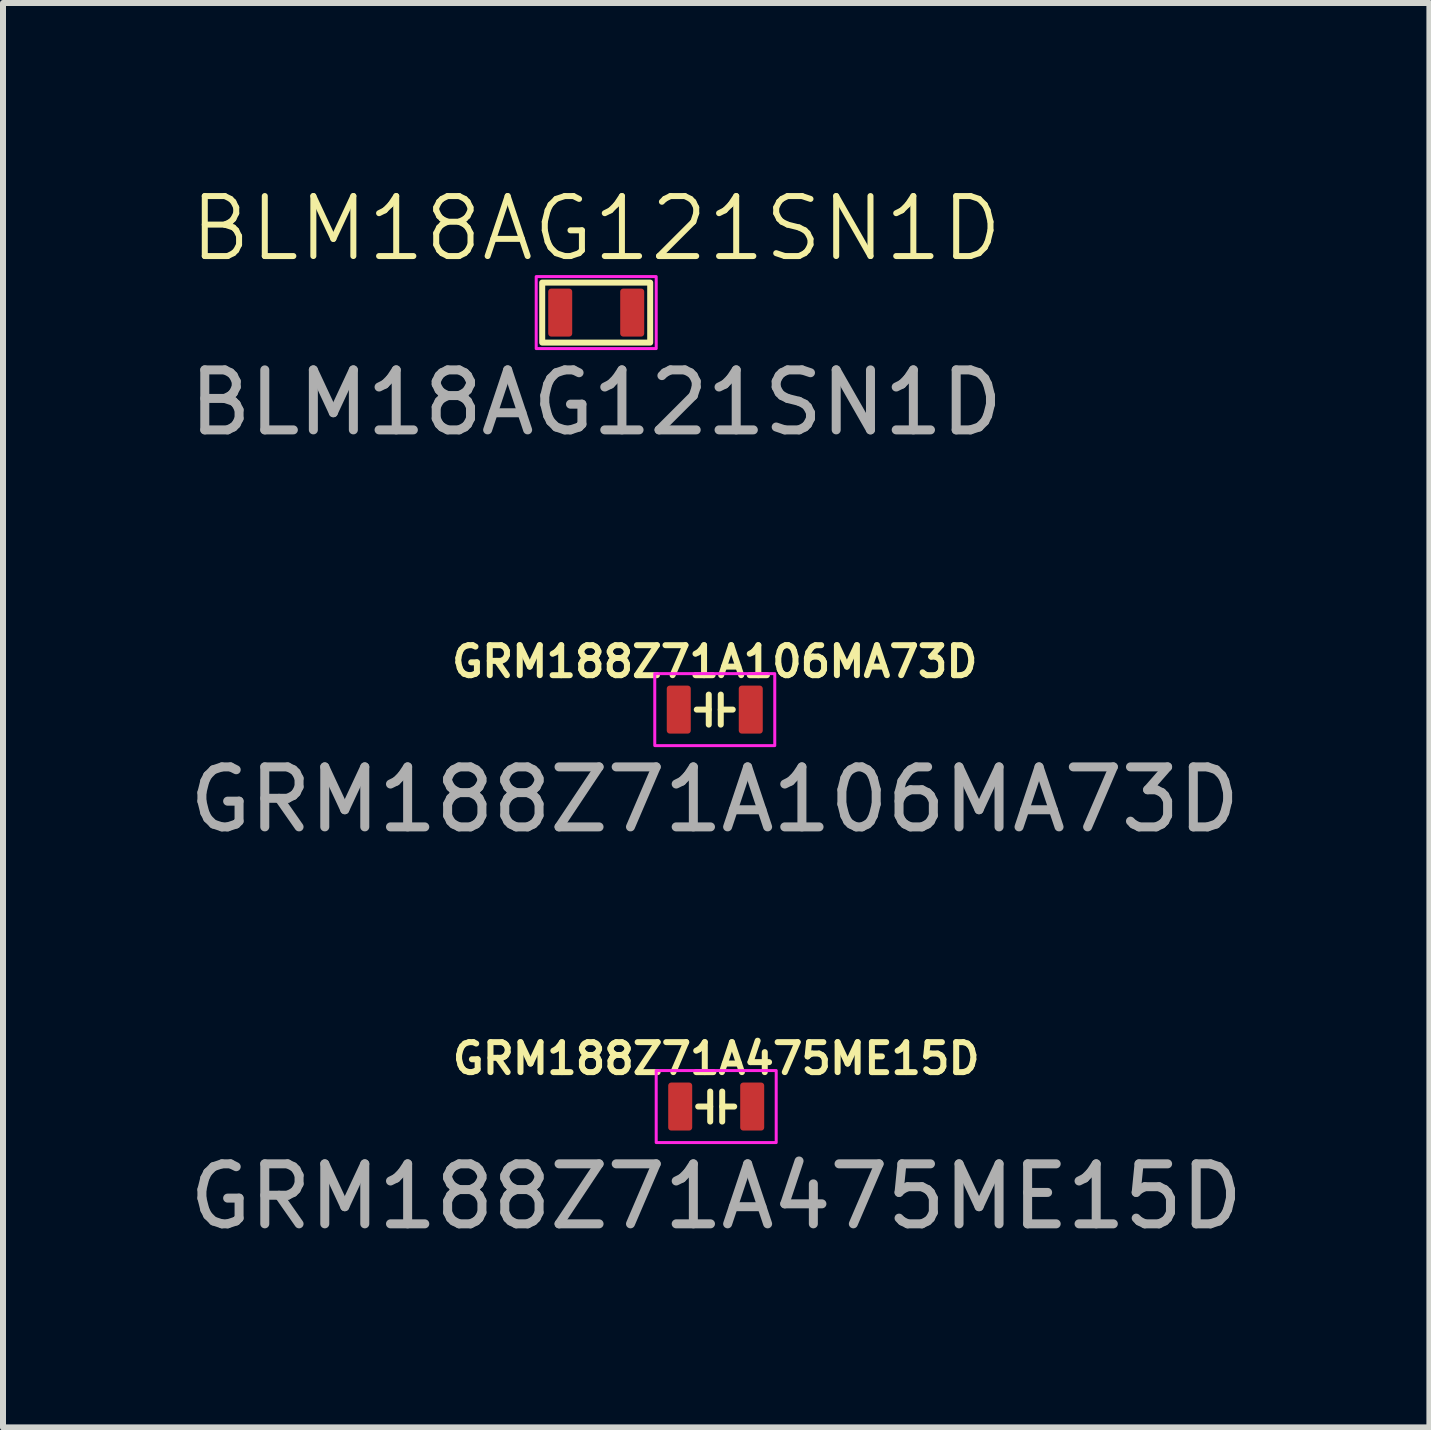
<source format=kicad_pcb>
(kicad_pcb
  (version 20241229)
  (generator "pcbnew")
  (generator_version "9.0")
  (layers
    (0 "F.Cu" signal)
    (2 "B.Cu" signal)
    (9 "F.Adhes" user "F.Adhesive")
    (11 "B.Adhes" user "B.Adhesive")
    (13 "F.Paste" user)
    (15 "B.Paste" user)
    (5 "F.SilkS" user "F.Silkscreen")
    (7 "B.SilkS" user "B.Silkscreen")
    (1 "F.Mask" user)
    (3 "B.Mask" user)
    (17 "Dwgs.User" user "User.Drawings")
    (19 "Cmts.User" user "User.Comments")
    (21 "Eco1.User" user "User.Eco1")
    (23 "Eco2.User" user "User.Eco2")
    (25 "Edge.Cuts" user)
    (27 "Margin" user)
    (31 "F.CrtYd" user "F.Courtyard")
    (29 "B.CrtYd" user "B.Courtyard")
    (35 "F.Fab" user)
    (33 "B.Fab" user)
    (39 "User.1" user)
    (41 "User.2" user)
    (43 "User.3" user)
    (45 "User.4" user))
  (footprint "GRM188Z71A475ME15D"
    (layer "F.Cu")
    (at 8.887 15.393)
    (property "Reference" "GRM188Z71A475ME15D" (at 0 -0.8 0) (unlocked yes) (layer "F.SilkS") (effects (font (size 0.5 0.5) (thickness 0.1))))
    (attr smd)
    (fp_line (start -0.1 -0.25) (end -0.1 0.25) (stroke (width 0.1) (type default)) (layer "F.SilkS"))
    (fp_line (start -0.1 0) (end -0.3 0) (stroke (width 0.1) (type default)) (layer "F.SilkS"))
    (fp_line (start 0.1 -0.25) (end 0.1 0.25) (stroke (width 0.1) (type default)) (layer "F.SilkS"))
    (fp_line (start 0.1 0) (end 0.3 0) (stroke (width 0.1) (type default)) (layer "F.SilkS"))
    (fp_rect (start -1 -0.6) (end 1 0.6) (stroke (width 0.05) (type default)) (fill no) (layer "F.CrtYd"))
    (fp_text user "${REFERENCE}" (at 0 1.5 0) (unlocked yes) (layer "F.Fab") (effects (font (size 1 1) (thickness 0.15))))
    (pad "1" smd roundrect (at -0.6 0) (size 0.4 0.8) (layers "F.Cu" "F.Mask" "F.Paste") (roundrect_rratio 0.125))
    (pad "2" smd roundrect (at 0.6 0) (size 0.4 0.8) (layers "F.Cu" "F.Mask" "F.Paste") (roundrect_rratio 0.125)))
  (footprint "BLM18AG121SN1D"
    (layer "F.Cu")
    (at 6.887 2.16)
    (property "Reference" "BLM18AG121SN1D" (at 0 -1.4 0) (unlocked yes) (layer "F.SilkS") (effects (font (size 1 1) (thickness 0.1))))
    (attr smd)
    (fp_rect (start -0.9 -0.5) (end 0.9 0.5) (stroke (width 0.1) (type default)) (fill no) (layer "F.SilkS"))
    (fp_rect (start -1 -0.6) (end 1 0.6) (stroke (width 0.05) (type default)) (fill no) (layer "F.CrtYd"))
    (fp_text user "${REFERENCE}" (at 0 1.5 0) (unlocked yes) (layer "F.Fab") (effects (font (size 1 1) (thickness 0.15))))
    (pad "1" smd roundrect (at -0.6 0) (size 0.4 0.8) (layers "F.Cu" "F.Mask" "F.Paste") (roundrect_rratio 0.125))
    (pad "2" smd roundrect (at 0.6 0) (size 0.4 0.8) (layers "F.Cu" "F.Mask" "F.Paste") (roundrect_rratio 0.125)))
  (footprint "GRM188Z71A106MA73D"
    (layer "F.Cu")
    (at 8.863 8.777)
    (property "Reference" "GRM188Z71A106MA73D" (at 0 -0.8 0) (unlocked yes) (layer "F.SilkS") (effects (font (size 0.5 0.5) (thickness 0.1))))
    (attr smd)
    (fp_line (start -0.1 -0.25) (end -0.1 0.25) (stroke (width 0.1) (type default)) (layer "F.SilkS"))
    (fp_line (start -0.1 0) (end -0.3 0) (stroke (width 0.1) (type default)) (layer "F.SilkS"))
    (fp_line (start 0.1 -0.25) (end 0.1 0.25) (stroke (width 0.1) (type default)) (layer "F.SilkS"))
    (fp_line (start 0.1 0) (end 0.3 0) (stroke (width 0.1) (type default)) (layer "F.SilkS"))
    (fp_rect (start -1 -0.6) (end 1 0.6) (stroke (width 0.05) (type default)) (fill no) (layer "F.CrtYd"))
    (fp_text user "${REFERENCE}" (at 0 1.5 0) (unlocked yes) (layer "F.Fab") (effects (font (size 1 1) (thickness 0.15))))
    (pad "1" smd roundrect (at -0.6 0) (size 0.4 0.8) (layers "F.Cu" "F.Mask" "F.Paste") (roundrect_rratio 0.125))
    (pad "2" smd roundrect (at 0.6 0) (size 0.4 0.8) (layers "F.Cu" "F.Mask" "F.Paste") (roundrect_rratio 0.125)))
  (gr_rect
    (start -3 -3)
    (end 20.774 20.741)
    (stroke (width 0.1) (type default))
    (fill no)
    (layer "Edge.Cuts")))
</source>
